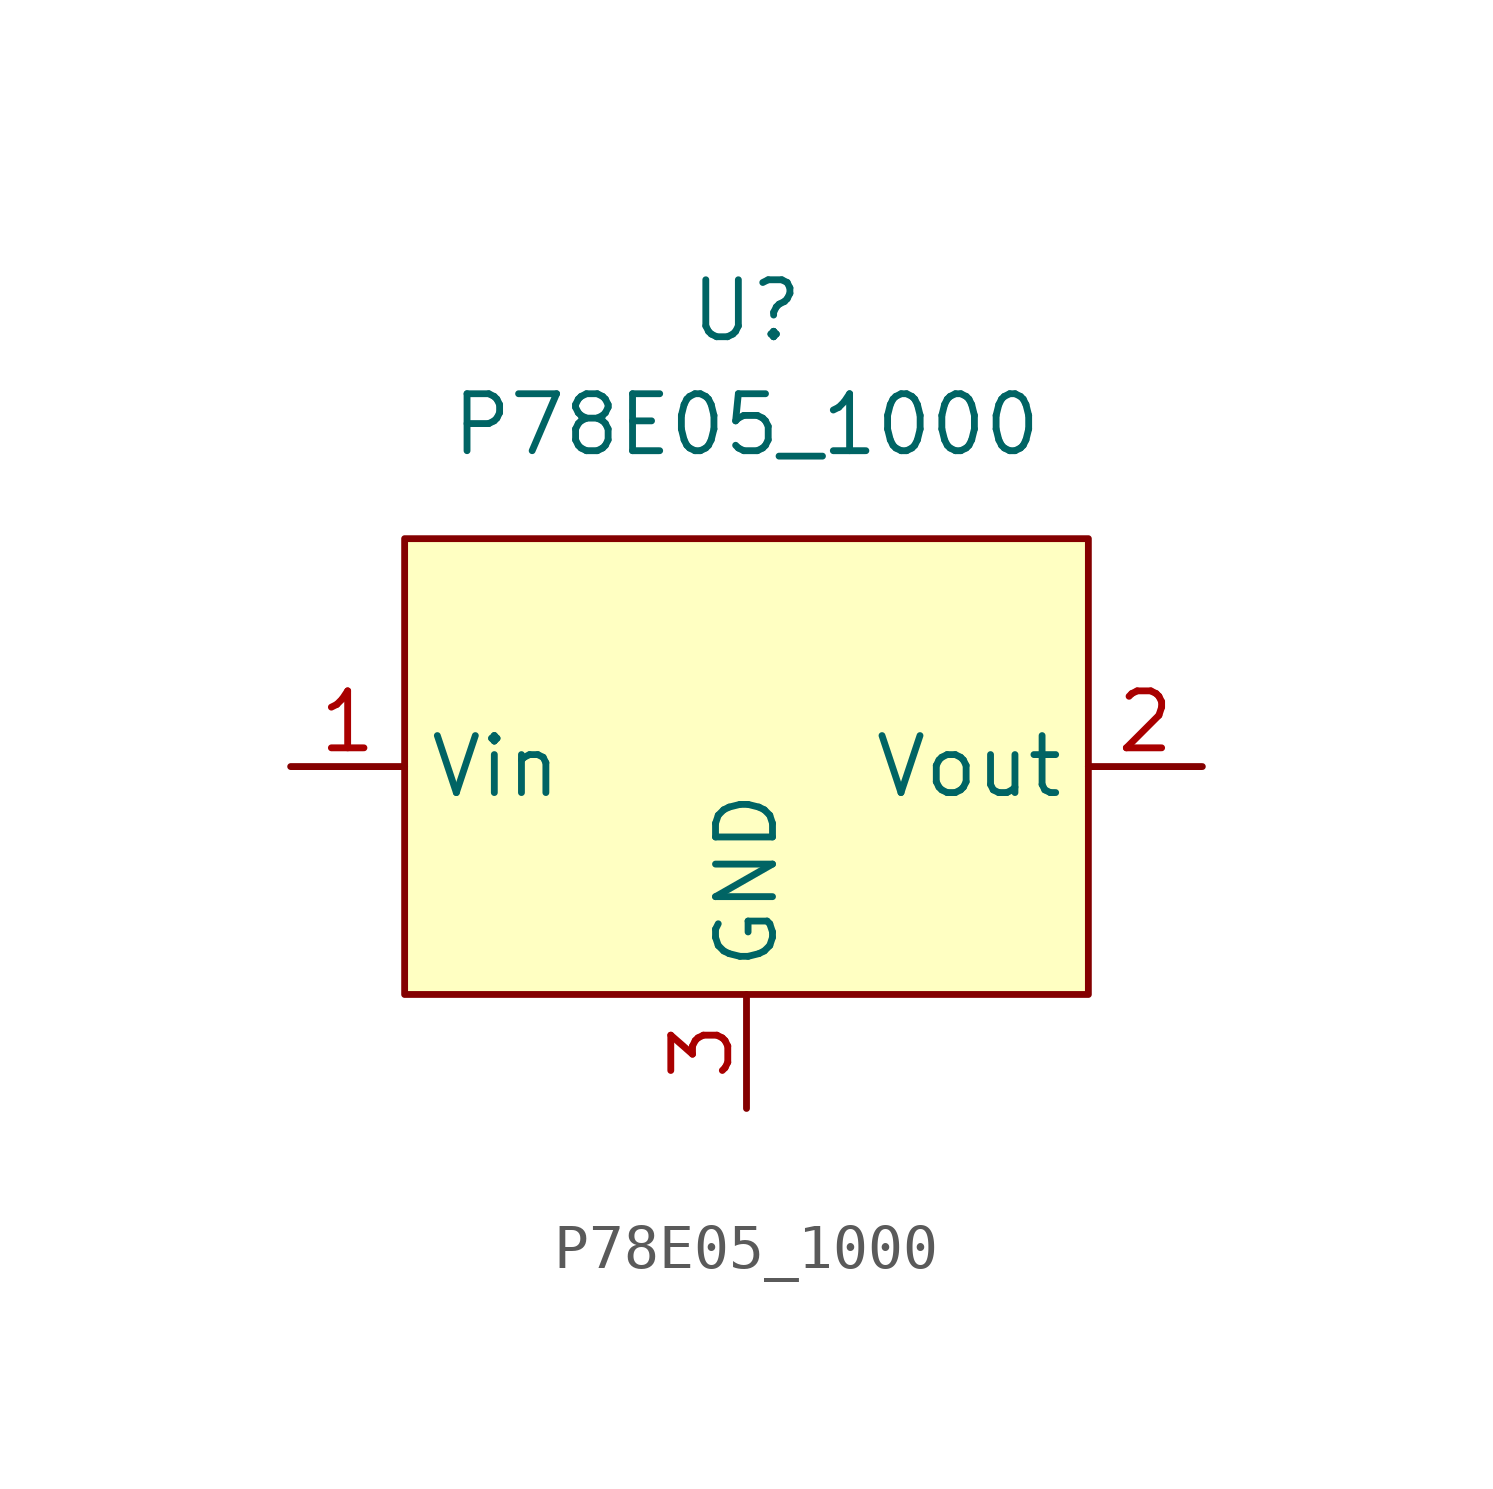
<source format=kicad_sym>
(kicad_symbol_lib
  (version 20211014)
  (generator kicad_symbol_editor)
  (symbol "P78E05_1000"
    (property "Reference" "U"
      (at 0 10.16 0)
      (effects (font (size 1.27 1.27))))
    (property "Value" "P78E05_1000"
      (at 0 7.62 0)
      (effects (font (size 1.27 1.27))))
    (symbol "P78E05_1000_0_1"
      (rectangle (start -7.62 5.08) (end 7.62 -5.08) (stroke (width 0.152) (type default) (color 0 0 0 0)) (fill (type background))))
    (symbol "P78E05_1000_1_1"
      (pin input line (at -10.16 0 0) (length 2.54) (name "Vin" (effects (font (size 1.27 1.27)))) (number "1" (effects (font (size 1.27 1.27)))))
      (pin input line (at 10.16 0 180) (length 2.54) (name "Vout" (effects (font (size 1.27 1.27)))) (number "2" (effects (font (size 1.27 1.27)))))
      (pin input line (at 0 -7.62 90) (length 2.54) (name "GND" (effects (font (size 1.27 1.27)))) (number "3" (effects (font (size 1.27 1.27))))))))
</source>
